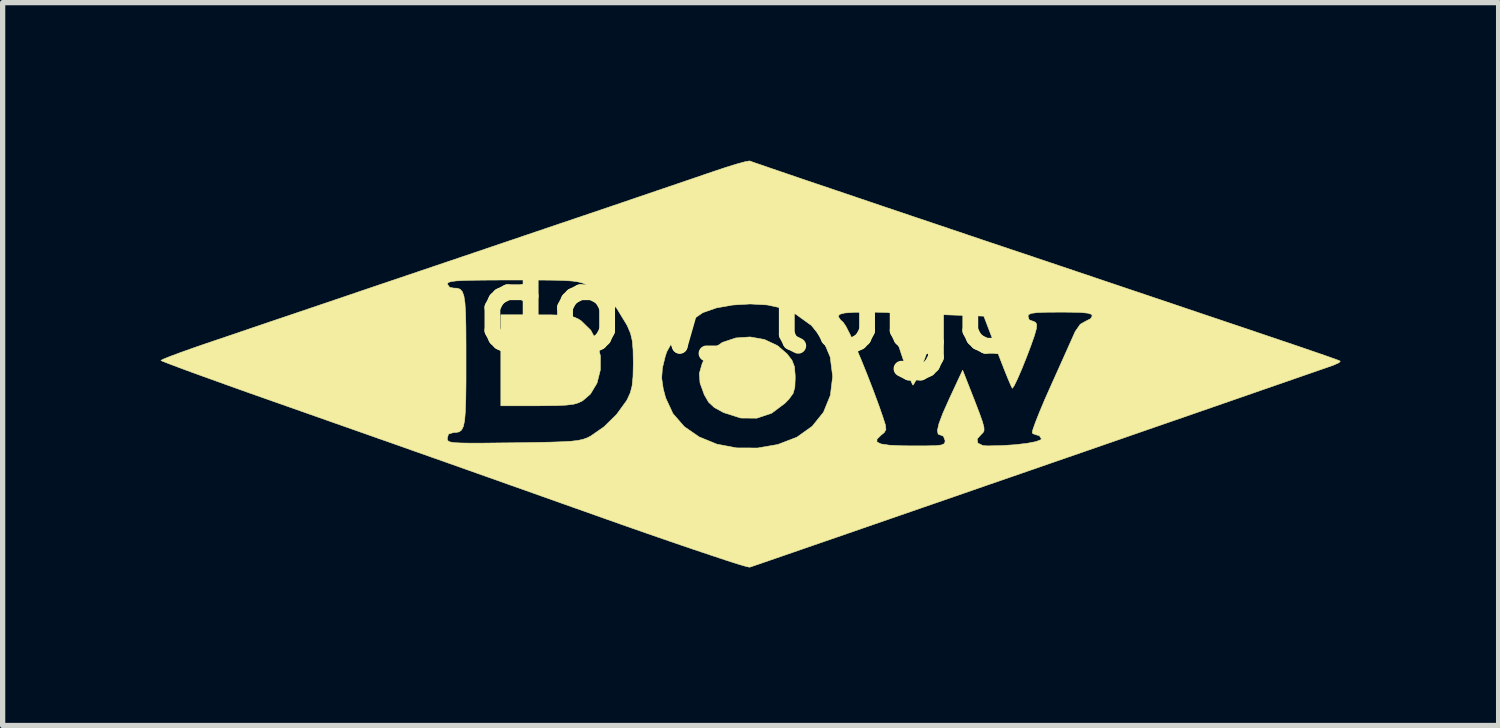
<source format=kicad_pcb>
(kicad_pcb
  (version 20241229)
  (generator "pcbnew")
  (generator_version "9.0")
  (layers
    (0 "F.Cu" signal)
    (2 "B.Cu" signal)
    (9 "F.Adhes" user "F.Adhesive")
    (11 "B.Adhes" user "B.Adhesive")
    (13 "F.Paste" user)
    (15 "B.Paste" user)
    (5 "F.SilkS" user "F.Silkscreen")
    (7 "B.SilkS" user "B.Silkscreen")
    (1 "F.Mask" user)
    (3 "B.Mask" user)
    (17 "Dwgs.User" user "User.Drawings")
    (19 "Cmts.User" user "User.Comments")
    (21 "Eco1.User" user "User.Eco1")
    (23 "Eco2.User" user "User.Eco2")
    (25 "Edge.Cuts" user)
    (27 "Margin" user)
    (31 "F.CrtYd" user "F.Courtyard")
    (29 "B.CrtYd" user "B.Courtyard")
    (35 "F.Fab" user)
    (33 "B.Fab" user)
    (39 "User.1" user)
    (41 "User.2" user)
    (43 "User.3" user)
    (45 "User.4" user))
  (footprint "dow_logo"
    (layer "F.Cu")
    (at 11.232 2.824)
    (property "Reference" "dow_logo" (at 0 0 0) (layer "F.SilkS") (effects (font (size 1.524 1.524) (thickness 0.3))))
    (attr through_hole)
    (fp_poly (pts (xy -3.817 0.103) (xy -3.618 0.109) (xy -3.48 0.122) (xy -3.382 0.146) (xy -3.303 0.182) (xy -3.25 0.216) (xy -3.068 0.394) (xy -2.946 0.624) (xy -2.885 0.883) (xy -2.886 1.148) (xy -2.949 1.397) (xy -3.075 1.607) (xy -3.222 1.733) (xy -3.301 1.772) (xy -3.398 1.8) (xy -3.533 1.816) (xy -3.726 1.825) (xy -3.997 1.828) (xy -4.077 1.829) (xy -4.775 1.829) (xy -4.775 0.102) (xy -4.097 0.102) (xy -3.817 0.103)) (stroke (width 0.01) (type solid)) (fill yes) (layer "F.SilkS"))
    (fp_poly (pts (xy 0.228 0.57) (xy 0.477 0.687) (xy 0.658 0.843) (xy 0.752 0.966) (xy 0.798 1.085) (xy 0.812 1.248) (xy 0.813 1.303) (xy 0.806 1.476) (xy 0.774 1.592) (xy 0.698 1.698) (xy 0.621 1.778) (xy 0.366 1.97) (xy 0.083 2.064) (xy -0.222 2.061) (xy -0.543 1.959) (xy -0.548 1.957) (xy -0.722 1.862) (xy -0.832 1.76) (xy -0.915 1.616) (xy -0.915 1.614) (xy -0.994 1.396) (xy -1.007 1.214) (xy -0.953 1.027) (xy -0.932 0.981) (xy -0.781 0.772) (xy -0.569 0.625) (xy -0.316 0.541) (xy -0.043 0.522) (xy 0.228 0.57)) (stroke (width 0.01) (type solid)) (fill yes) (layer "F.SilkS"))
    (fp_poly (pts (xy -0.048 -2.818) (xy 0.005 -2.798) (xy 0.148 -2.749) (xy 0.374 -2.671) (xy 0.676 -2.568) (xy 1.048 -2.441) (xy 1.484 -2.294) (xy 1.977 -2.127) (xy 2.52 -1.943) (xy 3.107 -1.745) (xy 3.731 -1.535) (xy 4.385 -1.314) (xy 4.734 -1.197) (xy 5.651 -0.889) (xy 6.476 -0.611) (xy 7.215 -0.362) (xy 7.872 -0.141) (xy 8.452 0.055) (xy 8.96 0.226) (xy 9.4 0.374) (xy 9.777 0.502) (xy 10.097 0.61) (xy 10.363 0.7) (xy 10.581 0.775) (xy 10.756 0.835) (xy 10.892 0.882) (xy 10.993 0.918) (xy 11.066 0.944) (xy 11.115 0.962) (xy 11.143 0.974) (xy 11.157 0.981) (xy 11.16 0.983) (xy 11.133 1.012) (xy 11.037 1.055) (xy 11.013 1.064) (xy 10.913 1.099) (xy 10.725 1.164) (xy 10.457 1.257) (xy 10.117 1.375) (xy 9.713 1.515) (xy 9.252 1.675) (xy 8.742 1.852) (xy 8.191 2.043) (xy 7.606 2.245) (xy 6.995 2.457) (xy 6.366 2.675) (xy 5.726 2.896) (xy 5.083 3.119) (xy 4.445 3.339) (xy 3.82 3.556) (xy 3.215 3.765) (xy 2.637 3.965) (xy 2.096 4.152) (xy 1.597 4.325) (xy 1.149 4.479) (xy 0.76 4.614) (xy 0.438 4.725) (xy 0.189 4.811) (xy 0.022 4.868) (xy -0.051 4.893) (xy -0.111 4.881) (xy -0.259 4.838) (xy -0.485 4.766) (xy -0.78 4.668) (xy -1.137 4.548) (xy -1.547 4.408) (xy -2.001 4.251) (xy -2.49 4.08) (xy -2.972 3.909) (xy -3.593 3.689) (xy -4.133 3.497) (xy -4.602 3.331) (xy -5.016 3.184) (xy -5.386 3.053) (xy -5.727 2.932) (xy -6.05 2.818) (xy -6.371 2.705) (xy -6.7 2.588) (xy -7.053 2.464) (xy -7.442 2.327) (xy -7.88 2.173) (xy -8.38 1.997) (xy -8.956 1.794) (xy -9.081 1.75) (xy -9.524 1.594) (xy -9.936 1.447) (xy -10.308 1.313) (xy -10.63 1.197) (xy -10.892 1.1) (xy -11.085 1.027) (xy -11.199 0.982) (xy -11.227 0.967) (xy -11.181 0.943) (xy -11.055 0.892) (xy -10.864 0.821) (xy -10.624 0.735) (xy -10.427 0.667) (xy -10.15 0.573) (xy -9.842 0.469) (xy -9.499 0.352) (xy -9.113 0.221) (xy -8.678 0.074) (xy -8.188 -0.092) (xy -7.637 -0.279) (xy -7.036 -0.483) (xy -5.791 -0.483) (xy -5.748 -0.421) (xy -5.674 -0.406) (xy -5.603 -0.403) (xy -5.548 -0.384) (xy -5.506 -0.338) (xy -5.476 -0.255) (xy -5.456 -0.123) (xy -5.444 0.07) (xy -5.438 0.334) (xy -5.436 0.681) (xy -5.436 0.965) (xy -5.436 1.374) (xy -5.44 1.692) (xy -5.448 1.931) (xy -5.462 2.103) (xy -5.485 2.217) (xy -5.519 2.287) (xy -5.564 2.323) (xy -5.625 2.335) (xy -5.674 2.337) (xy -5.768 2.365) (xy -5.791 2.442) (xy -5.789 2.474) (xy -5.773 2.499) (xy -5.732 2.517) (xy -5.655 2.529) (xy -5.529 2.535) (xy -5.343 2.538) (xy -5.085 2.537) (xy -4.743 2.533) (xy -4.534 2.531) (xy -4.141 2.525) (xy -3.836 2.519) (xy -3.604 2.511) (xy -3.433 2.501) (xy -3.308 2.486) (xy -3.215 2.465) (xy -3.14 2.439) (xy -3.07 2.404) (xy -3.07 2.404) (xy -2.817 2.228) (xy -2.577 1.992) (xy -2.389 1.733) (xy -2.372 1.702) (xy -2.317 1.581) (xy -2.283 1.448) (xy -2.269 1.304) (xy -1.722 1.304) (xy -1.692 1.508) (xy -1.646 1.68) (xy -1.508 1.977) (xy -1.292 2.225) (xy -1.009 2.42) (xy -0.674 2.557) (xy -0.3 2.628) (xy 0.099 2.63) (xy 0.481 2.564) (xy 0.844 2.425) (xy 1.135 2.218) (xy 1.349 1.952) (xy 1.48 1.631) (xy 1.524 1.271) (xy 1.477 0.903) (xy 1.341 0.579) (xy 1.122 0.305) (xy 0.886 0.135) (xy 1.63 0.135) (xy 1.672 0.197) (xy 1.725 0.246) (xy 1.775 0.32) (xy 1.853 0.472) (xy 1.95 0.687) (xy 2.062 0.948) (xy 2.179 1.238) (xy 2.296 1.54) (xy 2.406 1.838) (xy 2.479 2.049) (xy 2.526 2.195) (xy 2.535 2.279) (xy 2.504 2.336) (xy 2.437 2.391) (xy 2.365 2.463) (xy 2.365 2.516) (xy 2.441 2.553) (xy 2.602 2.577) (xy 2.853 2.588) (xy 3.061 2.59) (xy 3.315 2.589) (xy 3.484 2.585) (xy 3.586 2.573) (xy 3.638 2.551) (xy 3.656 2.517) (xy 3.658 2.489) (xy 3.626 2.406) (xy 3.581 2.388) (xy 3.526 2.367) (xy 3.512 2.297) (xy 3.541 2.169) (xy 3.615 1.972) (xy 3.737 1.698) (xy 3.748 1.674) (xy 3.991 1.153) (xy 4.216 1.725) (xy 4.309 1.968) (xy 4.368 2.134) (xy 4.396 2.24) (xy 4.397 2.305) (xy 4.374 2.344) (xy 4.354 2.361) (xy 4.268 2.457) (xy 4.278 2.536) (xy 4.375 2.583) (xy 4.458 2.59) (xy 4.736 2.584) (xy 4.995 2.567) (xy 5.216 2.541) (xy 5.382 2.509) (xy 5.474 2.474) (xy 5.486 2.456) (xy 5.446 2.395) (xy 5.413 2.388) (xy 5.329 2.36) (xy 5.312 2.342) (xy 5.323 2.284) (xy 5.371 2.148) (xy 5.449 1.951) (xy 5.551 1.708) (xy 5.67 1.441) (xy 5.798 1.156) (xy 5.916 0.893) (xy 6.016 0.669) (xy 6.09 0.504) (xy 6.127 0.42) (xy 6.223 0.282) (xy 6.325 0.224) (xy 6.42 0.176) (xy 6.452 0.121) (xy 6.432 0.091) (xy 6.364 0.07) (xy 6.232 0.057) (xy 6.023 0.052) (xy 5.842 0.051) (xy 5.579 0.053) (xy 5.402 0.06) (xy 5.296 0.074) (xy 5.245 0.097) (xy 5.232 0.127) (xy 5.253 0.195) (xy 5.271 0.204) (xy 5.343 0.229) (xy 5.376 0.247) (xy 5.397 0.285) (xy 5.391 0.365) (xy 5.353 0.499) (xy 5.281 0.703) (xy 5.203 0.908) (xy 5.112 1.135) (xy 5.032 1.319) (xy 4.971 1.445) (xy 4.936 1.496) (xy 4.933 1.495) (xy 4.905 1.439) (xy 4.848 1.306) (xy 4.771 1.114) (xy 4.68 0.88) (xy 4.648 0.796) (xy 4.393 0.127) (xy 3.571 0.098) (xy 3.325 0.786) (xy 3.236 1.027) (xy 3.156 1.225) (xy 3.093 1.366) (xy 3.053 1.433) (xy 3.045 1.435) (xy 3.016 1.374) (xy 2.964 1.237) (xy 2.895 1.045) (xy 2.825 0.838) (xy 2.746 0.595) (xy 2.699 0.429) (xy 2.68 0.324) (xy 2.686 0.262) (xy 2.714 0.225) (xy 2.717 0.223) (xy 2.789 0.157) (xy 2.792 0.109) (xy 2.717 0.077) (xy 2.558 0.058) (xy 2.307 0.051) (xy 2.21 0.051) (xy 1.935 0.054) (xy 1.753 0.067) (xy 1.654 0.093) (xy 1.63 0.135) (xy 0.886 0.135) (xy 0.825 0.091) (xy 0.55 -0.028) (xy 0.279 -0.086) (xy -0.041 -0.104) (xy -0.375 -0.084) (xy -0.685 -0.029) (xy -0.936 0.059) (xy -0.947 0.065) (xy -1.231 0.259) (xy -1.464 0.513) (xy -1.624 0.801) (xy -1.652 0.883) (xy -1.708 1.111) (xy -1.722 1.304) (xy -2.269 1.304) (xy -2.266 1.274) (xy -2.261 1.028) (xy -2.261 1.016) (xy -2.265 0.77) (xy -2.28 0.595) (xy -2.312 0.457) (xy -2.367 0.327) (xy -2.383 0.294) (xy -2.575 -0.022) (xy -2.792 -0.255) (xy -3.053 -0.425) (xy -3.058 -0.427) (xy -3.143 -0.468) (xy -3.221 -0.5) (xy -3.307 -0.523) (xy -3.415 -0.539) (xy -3.56 -0.549) (xy -3.756 -0.555) (xy -4.018 -0.558) (xy -4.361 -0.559) (xy -4.557 -0.559) (xy -4.947 -0.558) (xy -5.247 -0.555) (xy -5.469 -0.55) (xy -5.622 -0.542) (xy -5.72 -0.529) (xy -5.772 -0.512) (xy -5.791 -0.489) (xy -5.791 -0.483) (xy -7.036 -0.483) (xy -7.017 -0.489) (xy -6.323 -0.724) (xy -5.548 -0.986) (xy -4.686 -1.278) (xy -4.267 -1.42) (xy -3.727 -1.603) (xy -3.197 -1.782) (xy -2.689 -1.954) (xy -2.214 -2.116) (xy -1.782 -2.263) (xy -1.406 -2.391) (xy -1.095 -2.497) (xy -0.861 -2.577) (xy -0.743 -2.617) (xy -0.501 -2.698) (xy -0.293 -2.762) (xy -0.139 -2.804) (xy -0.056 -2.819) (xy -0.048 -2.818)) (stroke (width 0.01) (type solid)) (fill yes) (layer "F.SilkS")))
  (gr_rect
    (start -3 -3)
    (end 25.397 10.722)
    (stroke (width 0.1) (type default))
    (fill no)
    (layer "Edge.Cuts")))
</source>
